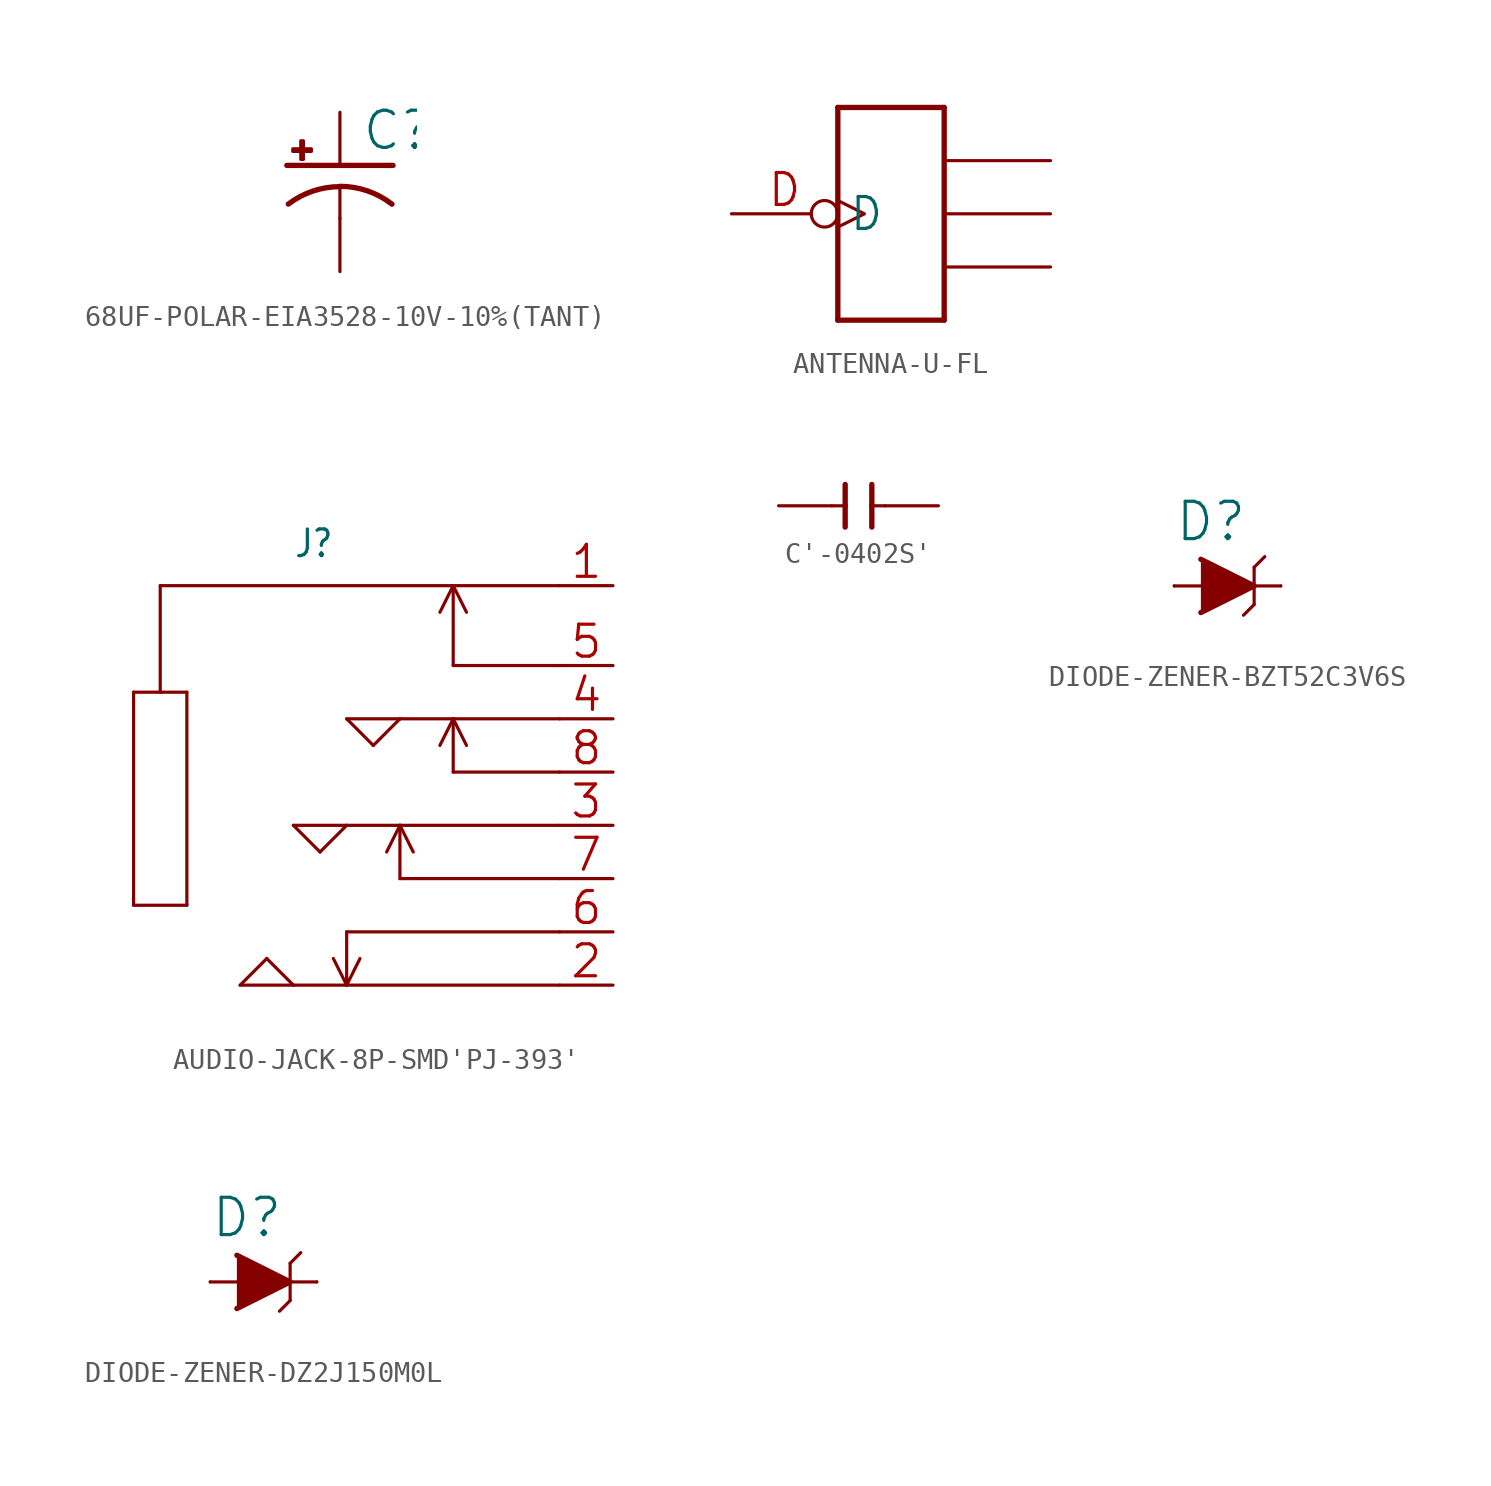
<source format=kicad_sym>
(kicad_symbol_lib
  (version 20241209)
  (generator "kicad_symbol_editor")
  (generator_version "9.0")
  (symbol "68UF-POLAR-EIA3528-10V-10%(TANT)"
    (property "Reference" "C"
      (at 1.016 0.635 0)
      (effects (font (size 1.778 1.778)) (justify left bottom)))
    (property "Value" ""
      (at 1.016 -4.191 0)
      (effects (font (size 1.778 1.778)) (justify left bottom)))
    (property "ki_locked" ""
      (at 0 0 0)
      (effects (font (size 1.27 1.27))))
    (symbol "68UF-POLAR-EIA3528-10V-10%(TANT)_1_0"
      (polyline (pts (xy -2.54 0) (xy 2.54 0)) (stroke (width 0.254) (type solid)) (fill (type none)))
      (rectangle (start -2.253 0.668) (end -1.364 0.795) (stroke (width 0) (type default)) (fill (type outline)))
      (rectangle (start -1.872 0.287) (end -1.745 1.176) (stroke (width 0) (type default)) (fill (type outline)))
      (arc (start -2.4669 -1.8504) (mid -1.3021 -1.2303) (end 0 -1.0161) (stroke (width 0.254) (type solid)) (fill (type none)))
      (polyline (pts (xy 0 -1.016) (xy 0 -2.54)) (stroke (width 0.152) (type solid)) (fill (type none)))
      (arc (start 0 -1) (mid 1.3158 -1.2195) (end 2.4892 -1.8541) (stroke (width 0.254) (type solid)) (fill (type none)))
      (pin passive line (at 0 2.54 270) (length 2.54) (name "+" (effects (font (size 0 0)))) (number "A" (effects (font (size 0 0)))))
      (pin passive line (at 0 -5.08 90) (length 2.54) (name "-" (effects (font (size 0 0)))) (number "C" (effects (font (size 0 0)))))))
  (symbol "ANTENNA-U-FL"
    (property "Reference" "ANT"
      (at -3.81 5.08 0)
      (effects (font (size 1.778 1.511)) (justify left bottom) (hide yes)))
    (property "ki_locked" ""
      (at 0 0 0)
      (effects (font (size 1.27 1.27))))
    (symbol "ANTENNA-U-FL_1_0"
      (polyline (pts (xy -2.54 5.08) (xy 2.54 5.08)) (stroke (width 0.254) (type solid)) (fill (type none)))
      (polyline (pts (xy -2.54 -5.08) (xy -2.54 5.08)) (stroke (width 0.254) (type solid)) (fill (type none)))
      (polyline (pts (xy 2.54 5.08) (xy 2.54 -5.08)) (stroke (width 0.254) (type solid)) (fill (type none)))
      (polyline (pts (xy 2.54 -5.08) (xy -2.54 -5.08)) (stroke (width 0.254) (type solid)) (fill (type none)))
      (pin bidirectional inverted_clock (at -7.62 0 0) (length 5.08) (name "D" (effects (font (size 1.524 1.524)))) (number "D" (effects (font (size 1.524 1.524)))))
      (pin bidirectional line (at 7.62 2.54 180) (length 5.08) (name "GND1" (effects (font (size 0 0)))) (number "GND1" (effects (font (size 0 0)))))
      (pin bidirectional line (at 7.62 0 180) (length 5.08) (name "GND2" (effects (font (size 0 0)))) (number "GND2" (effects (font (size 0 0)))))
      (pin bidirectional line (at 7.62 -2.54 180) (length 5.08) (name "GND3" (effects (font (size 0 0)))) (number "GND3" (effects (font (size 0 0)))))))
  (symbol "AUDIO-JACK-8P-SMD'PJ-393'"
    (property "Reference" "J"
      (at -5.08 11.43 0)
      (effects (font (size 1.27 1.079)) (justify left bottom)))
    (property "Value" ""
      (at 1.27 11.43 0)
      (effects (font (size 1.27 1.079)) (justify left bottom)))
    (property "ki_locked" ""
      (at 0 0 0)
      (effects (font (size 1.27 1.27))))
    (symbol "AUDIO-JACK-8P-SMD'PJ-393'_1_0"
      (polyline (pts (xy -12.7 5.08) (xy -11.43 5.08)) (stroke (width 0.152) (type solid)) (fill (type none)))
      (polyline (pts (xy -12.7 -5.08) (xy -12.7 5.08)) (stroke (width 0.152) (type solid)) (fill (type none)))
      (polyline (pts (xy -11.43 10.16) (xy -11.43 5.08)) (stroke (width 0.152) (type solid)) (fill (type none)))
      (polyline (pts (xy -11.43 5.08) (xy -10.16 5.08)) (stroke (width 0.152) (type solid)) (fill (type none)))
      (polyline (pts (xy -10.16 5.08) (xy -10.16 -5.08)) (stroke (width 0.152) (type solid)) (fill (type none)))
      (polyline (pts (xy -10.16 -5.08) (xy -12.7 -5.08)) (stroke (width 0.152) (type solid)) (fill (type none)))
      (polyline (pts (xy -7.62 -8.89) (xy -5.08 -8.89)) (stroke (width 0.152) (type solid)) (fill (type none)))
      (polyline (pts (xy -6.35 -7.62) (xy -7.62 -8.89)) (stroke (width 0.152) (type solid)) (fill (type none)))
      (polyline (pts (xy -5.08 -1.27) (xy -2.54 -1.27)) (stroke (width 0.152) (type solid)) (fill (type none)))
      (polyline (pts (xy -5.08 -8.89) (xy -6.35 -7.62)) (stroke (width 0.152) (type solid)) (fill (type none)))
      (polyline (pts (xy -3.81 -2.54) (xy -5.08 -1.27)) (stroke (width 0.152) (type solid)) (fill (type none)))
      (polyline (pts (xy -2.54 3.81) (xy 0 3.81)) (stroke (width 0.152) (type solid)) (fill (type none)))
      (polyline (pts (xy -2.54 -1.27) (xy -3.81 -2.54)) (stroke (width 0.152) (type solid)) (fill (type none)))
      (polyline (pts (xy -2.54 -6.35) (xy -2.54 -8.89)) (stroke (width 0.152) (type solid)) (fill (type none)))
      (polyline (pts (xy -2.54 -8.89) (xy -5.08 -8.89)) (stroke (width 0.152) (type solid)) (fill (type none)))
      (polyline (pts (xy -2.54 -8.89) (xy -3.175 -7.62)) (stroke (width 0.152) (type solid)) (fill (type none)))
      (polyline (pts (xy -2.54 -8.89) (xy -1.905 -7.62)) (stroke (width 0.152) (type solid)) (fill (type none)))
      (polyline (pts (xy -1.27 2.54) (xy -2.54 3.81)) (stroke (width 0.152) (type solid)) (fill (type none)))
      (polyline (pts (xy 0 3.81) (xy -1.27 2.54)) (stroke (width 0.152) (type solid)) (fill (type none)))
      (polyline (pts (xy 0 -1.27) (xy -2.54 -1.27)) (stroke (width 0.152) (type solid)) (fill (type none)))
      (polyline (pts (xy 0 -1.27) (xy -0.635 -2.54)) (stroke (width 0.152) (type solid)) (fill (type none)))
      (polyline (pts (xy 0 -1.27) (xy 0.635 -2.54)) (stroke (width 0.152) (type solid)) (fill (type none)))
      (polyline (pts (xy 0 -3.81) (xy 0 -1.27)) (stroke (width 0.152) (type solid)) (fill (type none)))
      (polyline (pts (xy 2.54 10.16) (xy -11.43 10.16)) (stroke (width 0.152) (type solid)) (fill (type none)))
      (polyline (pts (xy 2.54 10.16) (xy 1.905 8.89)) (stroke (width 0.152) (type solid)) (fill (type none)))
      (polyline (pts (xy 2.54 10.16) (xy 3.175 8.89)) (stroke (width 0.152) (type solid)) (fill (type none)))
      (polyline (pts (xy 2.54 6.35) (xy 2.54 10.16)) (stroke (width 0.152) (type solid)) (fill (type none)))
      (polyline (pts (xy 2.54 3.81) (xy 0 3.81)) (stroke (width 0.152) (type solid)) (fill (type none)))
      (polyline (pts (xy 2.54 3.81) (xy 1.905 2.54)) (stroke (width 0.152) (type solid)) (fill (type none)))
      (polyline (pts (xy 2.54 3.81) (xy 3.175 2.54)) (stroke (width 0.152) (type solid)) (fill (type none)))
      (polyline (pts (xy 2.54 1.27) (xy 2.54 3.81)) (stroke (width 0.152) (type solid)) (fill (type none)))
      (polyline (pts (xy 7.62 10.16) (xy 2.54 10.16)) (stroke (width 0.152) (type solid)) (fill (type none)))
      (polyline (pts (xy 7.62 6.35) (xy 2.54 6.35)) (stroke (width 0.152) (type solid)) (fill (type none)))
      (polyline (pts (xy 7.62 3.81) (xy 2.54 3.81)) (stroke (width 0.152) (type solid)) (fill (type none)))
      (polyline (pts (xy 7.62 1.27) (xy 2.54 1.27)) (stroke (width 0.152) (type solid)) (fill (type none)))
      (polyline (pts (xy 7.62 -1.27) (xy 0 -1.27)) (stroke (width 0.152) (type solid)) (fill (type none)))
      (polyline (pts (xy 7.62 -3.81) (xy 0 -3.81)) (stroke (width 0.152) (type solid)) (fill (type none)))
      (polyline (pts (xy 7.62 -6.35) (xy -2.54 -6.35)) (stroke (width 0.152) (type solid)) (fill (type none)))
      (polyline (pts (xy 7.62 -8.89) (xy -2.54 -8.89)) (stroke (width 0.152) (type solid)) (fill (type none)))
      (pin bidirectional line (at 10.16 10.16 180) (length 2.54) (name "1" (effects (font (size 0 0)))) (number "1" (effects (font (size 1.524 1.524)))))
      (pin bidirectional line (at 10.16 6.35 180) (length 2.54) (name "5" (effects (font (size 0 0)))) (number "5" (effects (font (size 1.524 1.524)))))
      (pin bidirectional line (at 10.16 3.81 180) (length 2.54) (name "4" (effects (font (size 0 0)))) (number "4" (effects (font (size 1.524 1.524)))))
      (pin bidirectional line (at 10.16 1.27 180) (length 2.54) (name "8" (effects (font (size 0 0)))) (number "8" (effects (font (size 1.524 1.524)))))
      (pin bidirectional line (at 10.16 -1.27 180) (length 2.54) (name "3" (effects (font (size 0 0)))) (number "3" (effects (font (size 1.524 1.524)))))
      (pin bidirectional line (at 10.16 -3.81 180) (length 2.54) (name "7" (effects (font (size 0 0)))) (number "7" (effects (font (size 1.524 1.524)))))
      (pin bidirectional line (at 10.16 -6.35 180) (length 2.54) (name "6" (effects (font (size 0 0)))) (number "6" (effects (font (size 1.524 1.524)))))
      (pin bidirectional line (at 10.16 -8.89 180) (length 2.54) (name "2" (effects (font (size 0 0)))) (number "2" (effects (font (size 1.524 1.524)))))))
  (symbol "C'-0402S'"
    (property "Reference" "C"
      (at -3.81 0 0)
      (effects (font (size 1.27 1.079)) (justify left bottom) (hide yes)))
    (property "ki_locked" ""
      (at 0 0 0)
      (effects (font (size 1.27 1.27))))
    (symbol "C'-0402S'_1_0"
      (polyline (pts (xy -1.27 0) (xy -0.635 0)) (stroke (width 0.152) (type solid)) (fill (type none)))
      (polyline (pts (xy -0.635 0) (xy -0.635 1.016)) (stroke (width 0.254) (type solid)) (fill (type none)))
      (polyline (pts (xy -0.635 -1.016) (xy -0.635 0)) (stroke (width 0.254) (type solid)) (fill (type none)))
      (polyline (pts (xy 0.635 1.016) (xy 0.635 0)) (stroke (width 0.254) (type solid)) (fill (type none)))
      (polyline (pts (xy 0.635 0) (xy 0.635 -1.016)) (stroke (width 0.254) (type solid)) (fill (type none)))
      (polyline (pts (xy 0.635 0) (xy 1.27 0)) (stroke (width 0.152) (type solid)) (fill (type none)))
      (pin passive line (at -3.81 0 0) (length 2.54) (name "1" (effects (font (size 0 0)))) (number "1" (effects (font (size 0 0)))))
      (pin passive line (at 3.81 0 180) (length 2.54) (name "2" (effects (font (size 0 0)))) (number "2" (effects (font (size 0 0)))))))
  (symbol "DIODE-ZENER-BZT52C3V6S"
    (property "Reference" "D"
      (at -2.54 2.032 0)
      (effects (font (size 1.778 1.778)) (justify left bottom)))
    (property "Value" ""
      (at -2.54 -2.032 0)
      (effects (font (size 1.778 1.778)) (justify left top)))
    (property "ki_locked" ""
      (at 0 0 0)
      (effects (font (size 1.27 1.27))))
    (symbol "DIODE-ZENER-BZT52C3V6S_1_0"
      (polyline (pts (xy -2.54 0) (xy -1.27 0)) (stroke (width 0.152) (type solid)) (fill (type none)))
      (polyline (pts (xy -1.27 -1.27) (xy 1.27 0) (xy -1.27 1.27)) (stroke (width 0.254) (type solid)) (fill (type outline)))
      (polyline (pts (xy 1.27 0.889) (xy 1.27 0)) (stroke (width 0.152) (type solid)) (fill (type none)))
      (polyline (pts (xy 1.27 0.889) (xy 1.778 1.397)) (stroke (width 0.152) (type solid)) (fill (type none)))
      (polyline (pts (xy 1.27 0) (xy 1.27 -0.889)) (stroke (width 0.152) (type solid)) (fill (type none)))
      (polyline (pts (xy 1.27 -0.889) (xy 0.762 -1.397)) (stroke (width 0.152) (type solid)) (fill (type none)))
      (polyline (pts (xy 2.54 0) (xy 1.27 0)) (stroke (width 0.152) (type solid)) (fill (type none)))
      (pin passive line (at -2.54 0 0) (length 0) (name "A" (effects (font (size 0 0)))) (number "A" (effects (font (size 0 0)))))
      (pin passive line (at 2.54 0 180) (length 0) (name "C" (effects (font (size 0 0)))) (number "C" (effects (font (size 0 0)))))))
  (symbol "DIODE-ZENER-DZ2J150M0L"
    (property "Reference" "D"
      (at -2.54 2.032 0)
      (effects (font (size 1.778 1.778)) (justify left bottom)))
    (property "Value" ""
      (at -2.54 -2.032 0)
      (effects (font (size 1.778 1.778)) (justify left top)))
    (property "ki_locked" ""
      (at 0 0 0)
      (effects (font (size 1.27 1.27))))
    (symbol "DIODE-ZENER-DZ2J150M0L_1_0"
      (polyline (pts (xy -2.54 0) (xy -1.27 0)) (stroke (width 0.152) (type solid)) (fill (type none)))
      (polyline (pts (xy -1.27 -1.27) (xy 1.27 0) (xy -1.27 1.27)) (stroke (width 0.254) (type solid)) (fill (type outline)))
      (polyline (pts (xy 1.27 0.889) (xy 1.27 0)) (stroke (width 0.152) (type solid)) (fill (type none)))
      (polyline (pts (xy 1.27 0.889) (xy 1.778 1.397)) (stroke (width 0.152) (type solid)) (fill (type none)))
      (polyline (pts (xy 1.27 0) (xy 1.27 -0.889)) (stroke (width 0.152) (type solid)) (fill (type none)))
      (polyline (pts (xy 1.27 -0.889) (xy 0.762 -1.397)) (stroke (width 0.152) (type solid)) (fill (type none)))
      (polyline (pts (xy 2.54 0) (xy 1.27 0)) (stroke (width 0.152) (type solid)) (fill (type none)))
      (pin passive line (at -2.54 0 0) (length 0) (name "A" (effects (font (size 0 0)))) (number "A" (effects (font (size 0 0)))))
      (pin passive line (at 2.54 0 180) (length 0) (name "C" (effects (font (size 0 0)))) (number "C" (effects (font (size 0 0))))))))
</source>
